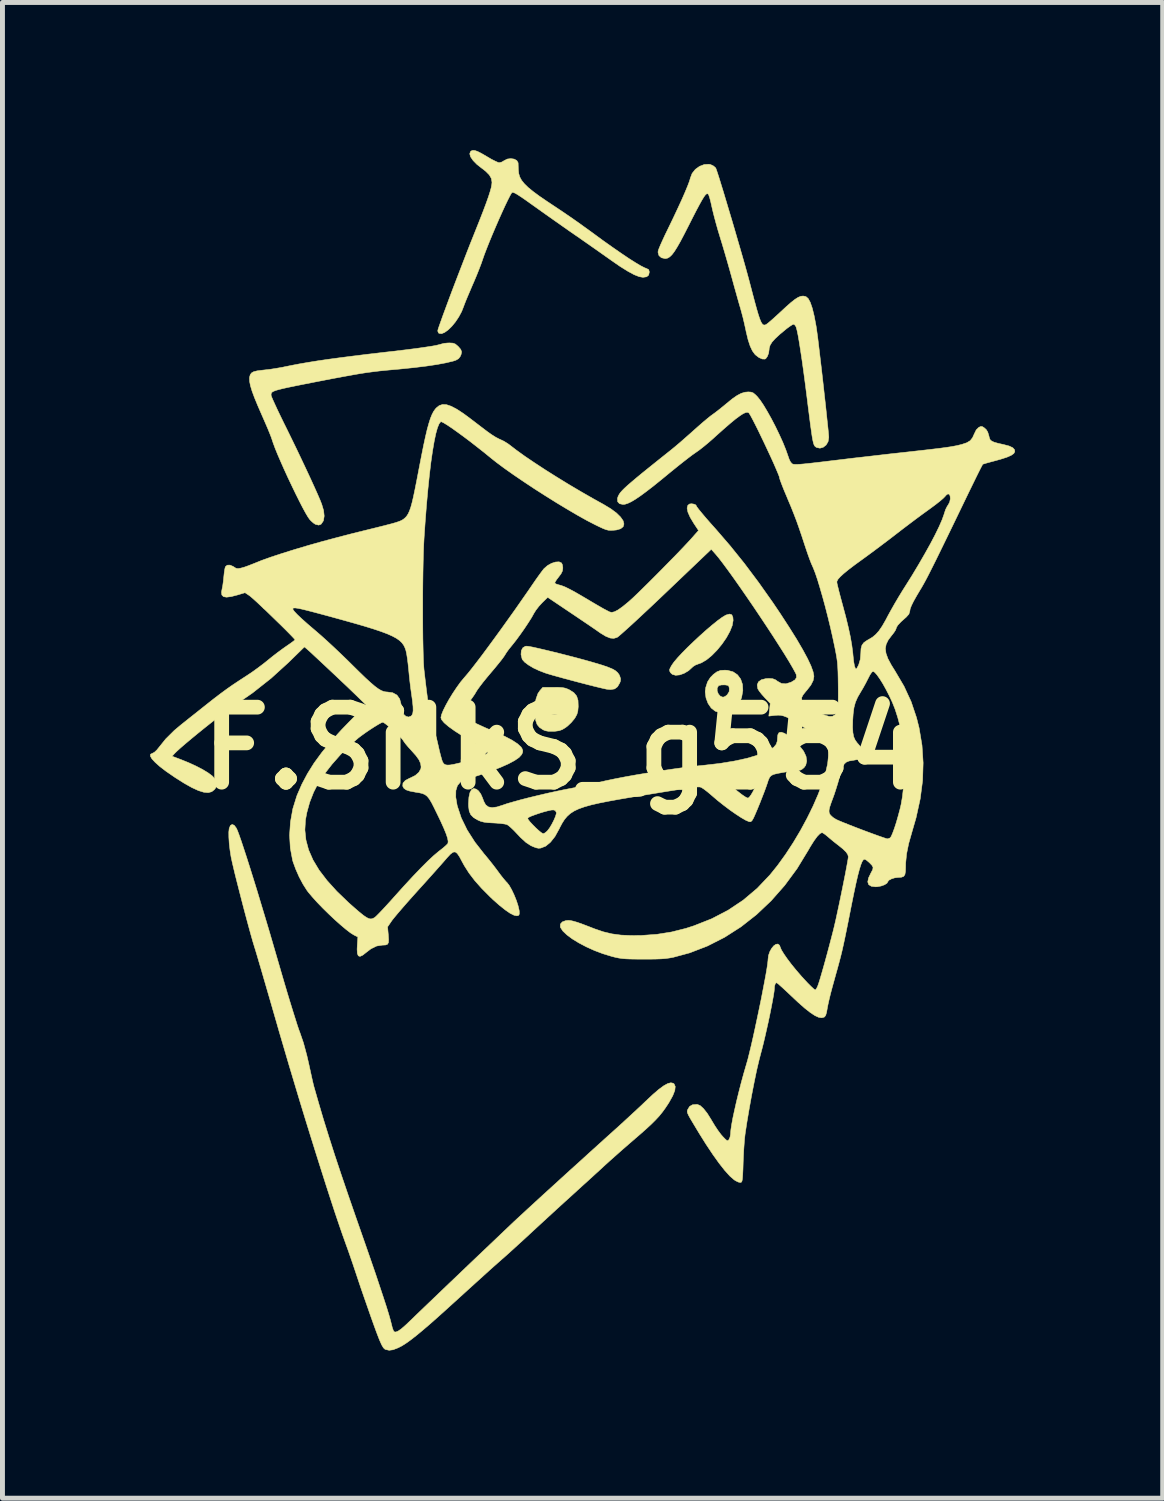
<source format=kicad_pcb>
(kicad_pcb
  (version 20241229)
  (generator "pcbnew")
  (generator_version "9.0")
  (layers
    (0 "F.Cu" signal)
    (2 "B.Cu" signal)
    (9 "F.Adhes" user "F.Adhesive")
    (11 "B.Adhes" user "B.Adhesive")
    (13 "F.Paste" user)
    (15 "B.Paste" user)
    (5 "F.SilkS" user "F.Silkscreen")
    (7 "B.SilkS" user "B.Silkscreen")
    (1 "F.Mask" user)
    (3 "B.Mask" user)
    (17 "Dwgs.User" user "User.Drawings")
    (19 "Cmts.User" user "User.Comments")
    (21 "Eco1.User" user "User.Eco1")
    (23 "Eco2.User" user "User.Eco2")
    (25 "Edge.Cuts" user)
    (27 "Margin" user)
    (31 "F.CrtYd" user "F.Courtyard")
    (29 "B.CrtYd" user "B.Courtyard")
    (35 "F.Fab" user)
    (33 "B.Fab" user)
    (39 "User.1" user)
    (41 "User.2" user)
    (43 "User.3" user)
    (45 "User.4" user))
  (footprint "F.SilkS_g554"
    (layer "F.Cu")
    (at 8.384 12.151)
    (property "Reference" "F.SilkS_g554" (at 0 0 0) (layer "F.SilkS") (effects (font (size 1.524 1.524) (thickness 0.3))))
    (attr through_hole)
    (fp_poly (pts (xy 3.433 -2.711) (xy 3.455 -2.66) (xy 3.46 -2.598) (xy 3.442 -2.494) (xy 3.394 -2.374) (xy 3.323 -2.245) (xy 3.234 -2.116) (xy 3.133 -1.993) (xy 3.025 -1.883) (xy 2.917 -1.795) (xy 2.815 -1.735) (xy 2.765 -1.717) (xy 2.698 -1.692) (xy 2.644 -1.658) (xy 2.634 -1.648) (xy 2.554 -1.575) (xy 2.464 -1.522) (xy 2.374 -1.49) (xy 2.292 -1.482) (xy 2.225 -1.501) (xy 2.189 -1.534) (xy 2.171 -1.567) (xy 2.168 -1.597) (xy 2.185 -1.636) (xy 2.213 -1.686) (xy 2.26 -1.753) (xy 2.335 -1.841) (xy 2.43 -1.943) (xy 2.541 -2.055) (xy 2.663 -2.172) (xy 2.789 -2.289) (xy 2.915 -2.402) (xy 3.035 -2.504) (xy 3.144 -2.592) (xy 3.236 -2.659) (xy 3.307 -2.702) (xy 3.321 -2.708) (xy 3.389 -2.726) (xy 3.433 -2.711)) (stroke (width 0.01) (type solid)) (fill yes) (layer "F.SilkS"))
    (fp_poly (pts (xy 3.345 -1.583) (xy 3.458 -1.553) (xy 3.548 -1.492) (xy 3.613 -1.405) (xy 3.65 -1.297) (xy 3.657 -1.172) (xy 3.633 -1.036) (xy 3.602 -0.95) (xy 3.536 -0.842) (xy 3.445 -0.769) (xy 3.331 -0.731) (xy 3.284 -0.725) (xy 3.17 -0.73) (xy 3.097 -0.753) (xy 3.015 -0.817) (xy 2.951 -0.91) (xy 2.909 -1.021) (xy 2.893 -1.14) (xy 2.902 -1.222) (xy 3.136 -1.222) (xy 3.136 -1.163) (xy 3.16 -1.103) (xy 3.2 -1.057) (xy 3.253 -1.037) (xy 3.256 -1.037) (xy 3.297 -1.052) (xy 3.341 -1.087) (xy 3.342 -1.088) (xy 3.379 -1.149) (xy 3.383 -1.209) (xy 3.375 -1.254) (xy 3.356 -1.276) (xy 3.312 -1.285) (xy 3.285 -1.287) (xy 3.221 -1.286) (xy 3.172 -1.274) (xy 3.163 -1.269) (xy 3.136 -1.222) (xy 2.902 -1.222) (xy 2.903 -1.231) (xy 2.94 -1.347) (xy 2.998 -1.438) (xy 3.058 -1.499) (xy 3.131 -1.553) (xy 3.204 -1.581) (xy 3.293 -1.586) (xy 3.345 -1.583)) (stroke (width 0.01) (type solid)) (fill yes) (layer "F.SilkS"))
    (fp_poly (pts (xy -0.69 -2.069) (xy -0.61 -2.054) (xy -0.502 -2.03) (xy -0.369 -1.999) (xy -0.219 -1.963) (xy -0.057 -1.923) (xy 0.111 -1.88) (xy 0.28 -1.836) (xy 0.443 -1.792) (xy 0.595 -1.749) (xy 0.629 -1.739) (xy 0.787 -1.692) (xy 0.908 -1.651) (xy 1 -1.614) (xy 1.065 -1.578) (xy 1.111 -1.539) (xy 1.143 -1.496) (xy 1.156 -1.468) (xy 1.174 -1.411) (xy 1.17 -1.363) (xy 1.156 -1.326) (xy 1.111 -1.249) (xy 1.052 -1.205) (xy 0.97 -1.192) (xy 0.889 -1.2) (xy 0.833 -1.212) (xy 0.744 -1.233) (xy 0.629 -1.261) (xy 0.495 -1.295) (xy 0.349 -1.333) (xy 0.198 -1.373) (xy 0.051 -1.412) (xy -0.086 -1.45) (xy -0.205 -1.483) (xy -0.3 -1.511) (xy -0.354 -1.528) (xy -0.48 -1.576) (xy -0.597 -1.631) (xy -0.698 -1.691) (xy -0.775 -1.749) (xy -0.821 -1.801) (xy -0.827 -1.814) (xy -0.849 -1.905) (xy -0.843 -1.983) (xy -0.812 -2.041) (xy -0.76 -2.072) (xy -0.735 -2.074) (xy -0.69 -2.069)) (stroke (width 0.01) (type solid)) (fill yes) (layer "F.SilkS"))
    (fp_poly (pts (xy -0.082 -1.237) (xy -0.008 -1.232) (xy 0.049 -1.221) (xy 0.1 -1.202) (xy 0.138 -1.184) (xy 0.225 -1.128) (xy 0.281 -1.06) (xy 0.309 -0.971) (xy 0.313 -0.854) (xy 0.313 -0.843) (xy 0.305 -0.756) (xy 0.287 -0.69) (xy 0.253 -0.626) (xy 0.234 -0.598) (xy 0.173 -0.524) (xy 0.097 -0.452) (xy 0.058 -0.422) (xy -0.01 -0.38) (xy -0.073 -0.357) (xy -0.15 -0.346) (xy -0.187 -0.343) (xy -0.285 -0.343) (xy -0.356 -0.356) (xy -0.401 -0.375) (xy -0.473 -0.423) (xy -0.522 -0.482) (xy -0.551 -0.563) (xy -0.566 -0.674) (xy -0.567 -0.693) (xy -0.567 -0.806) (xy -0.332 -0.806) (xy -0.322 -0.754) (xy -0.281 -0.712) (xy -0.259 -0.702) (xy -0.188 -0.686) (xy -0.104 -0.68) (xy -0.023 -0.684) (xy 0.039 -0.699) (xy 0.054 -0.707) (xy 0.081 -0.73) (xy 0.08 -0.751) (xy 0.053 -0.784) (xy -0.013 -0.837) (xy -0.095 -0.882) (xy -0.177 -0.907) (xy -0.208 -0.91) (xy -0.272 -0.895) (xy -0.315 -0.856) (xy -0.332 -0.806) (xy -0.567 -0.806) (xy -0.566 -0.859) (xy -0.545 -1.001) (xy -0.505 -1.113) (xy -0.465 -1.171) (xy -0.406 -1.238) (xy -0.187 -1.238) (xy -0.082 -1.237)) (stroke (width 0.01) (type solid)) (fill yes) (layer "F.SilkS"))
    (fp_poly (pts (xy -2.233 -8.23) (xy -2.184 -8.212) (xy -2.135 -8.171) (xy -2.125 -8.162) (xy -2.074 -8.103) (xy -2.056 -8.052) (xy -2.068 -7.995) (xy -2.085 -7.958) (xy -2.118 -7.915) (xy -2.171 -7.884) (xy -2.228 -7.865) (xy -2.375 -7.83) (xy -2.556 -7.796) (xy -2.771 -7.764) (xy -3.024 -7.733) (xy -3.316 -7.703) (xy -3.429 -7.693) (xy -3.583 -7.679) (xy -3.722 -7.665) (xy -3.852 -7.649) (xy -3.982 -7.632) (xy -4.118 -7.611) (xy -4.268 -7.585) (xy -4.439 -7.554) (xy -4.638 -7.517) (xy -4.826 -7.481) (xy -5.068 -7.434) (xy -5.271 -7.394) (xy -5.44 -7.36) (xy -5.576 -7.332) (xy -5.685 -7.308) (xy -5.768 -7.287) (xy -5.83 -7.27) (xy -5.873 -7.253) (xy -5.901 -7.238) (xy -5.917 -7.222) (xy -5.924 -7.205) (xy -5.927 -7.186) (xy -5.927 -7.173) (xy -5.918 -7.143) (xy -5.892 -7.081) (xy -5.851 -6.991) (xy -5.799 -6.878) (xy -5.736 -6.747) (xy -5.666 -6.603) (xy -5.631 -6.533) (xy -5.526 -6.319) (xy -5.421 -6.103) (xy -5.319 -5.889) (xy -5.222 -5.684) (xy -5.132 -5.491) (xy -5.052 -5.316) (xy -4.984 -5.164) (xy -4.931 -5.041) (xy -4.898 -4.957) (xy -4.86 -4.83) (xy -4.848 -4.718) (xy -4.862 -4.628) (xy -4.872 -4.608) (xy -4.912 -4.551) (xy -4.959 -4.533) (xy -5.025 -4.549) (xy -5.028 -4.55) (xy -5.067 -4.576) (xy -5.118 -4.622) (xy -5.143 -4.649) (xy -5.178 -4.699) (xy -5.227 -4.782) (xy -5.287 -4.892) (xy -5.355 -5.025) (xy -5.429 -5.173) (xy -5.506 -5.333) (xy -5.584 -5.497) (xy -5.659 -5.661) (xy -5.729 -5.819) (xy -5.792 -5.964) (xy -5.844 -6.092) (xy -5.883 -6.197) (xy -5.906 -6.266) (xy -5.922 -6.314) (xy -5.953 -6.393) (xy -5.995 -6.496) (xy -6.046 -6.614) (xy -6.101 -6.74) (xy -6.108 -6.756) (xy -6.195 -6.955) (xy -6.263 -7.12) (xy -6.313 -7.255) (xy -6.346 -7.364) (xy -6.363 -7.451) (xy -6.366 -7.518) (xy -6.363 -7.542) (xy -6.349 -7.591) (xy -6.323 -7.625) (xy -6.279 -7.65) (xy -6.21 -7.667) (xy -6.107 -7.68) (xy -6.064 -7.685) (xy -5.948 -7.698) (xy -5.815 -7.719) (xy -5.689 -7.741) (xy -5.658 -7.748) (xy -5.505 -7.779) (xy -5.342 -7.81) (xy -5.167 -7.84) (xy -4.975 -7.871) (xy -4.762 -7.902) (xy -4.525 -7.934) (xy -4.259 -7.968) (xy -3.96 -8.005) (xy -3.625 -8.044) (xy -3.45 -8.064) (xy -3.189 -8.095) (xy -2.968 -8.123) (xy -2.788 -8.149) (xy -2.646 -8.171) (xy -2.541 -8.192) (xy -2.472 -8.21) (xy -2.464 -8.213) (xy -2.411 -8.226) (xy -2.337 -8.233) (xy -2.304 -8.234) (xy -2.233 -8.23)) (stroke (width 0.01) (type solid)) (fill yes) (layer "F.SilkS"))
    (fp_poly (pts (xy -1.786 -12.143) (xy -1.729 -12.123) (xy -1.649 -12.082) (xy -1.542 -12.02) (xy -1.531 -12.013) (xy -1.447 -11.964) (xy -1.371 -11.926) (xy -1.315 -11.901) (xy -1.291 -11.896) (xy -1.242 -11.908) (xy -1.191 -11.938) (xy -1.128 -11.97) (xy -1.056 -11.979) (xy -0.988 -11.969) (xy -0.935 -11.94) (xy -0.909 -11.895) (xy -0.908 -11.889) (xy -0.907 -11.855) (xy -0.905 -11.794) (xy -0.903 -11.746) (xy -0.895 -11.675) (xy -0.875 -11.607) (xy -0.839 -11.54) (xy -0.783 -11.47) (xy -0.706 -11.394) (xy -0.603 -11.31) (xy -0.472 -11.213) (xy -0.309 -11.102) (xy -0.148 -10.995) (xy -0.019 -10.909) (xy 0.132 -10.806) (xy 0.293 -10.694) (xy 0.449 -10.582) (xy 0.59 -10.48) (xy 0.593 -10.478) (xy 0.804 -10.323) (xy 1.001 -10.183) (xy 1.18 -10.059) (xy 1.338 -9.952) (xy 1.474 -9.866) (xy 1.583 -9.801) (xy 1.664 -9.76) (xy 1.703 -9.745) (xy 1.745 -9.723) (xy 1.757 -9.677) (xy 1.757 -9.675) (xy 1.744 -9.613) (xy 1.703 -9.578) (xy 1.629 -9.567) (xy 1.628 -9.567) (xy 1.55 -9.581) (xy 1.447 -9.622) (xy 1.318 -9.692) (xy 1.161 -9.79) (xy 0.976 -9.918) (xy 0.974 -9.92) (xy 0.867 -9.995) (xy 0.736 -10.088) (xy 0.592 -10.189) (xy 0.443 -10.293) (xy 0.302 -10.392) (xy 0.275 -10.41) (xy 0.129 -10.511) (xy -0.033 -10.625) (xy -0.198 -10.741) (xy -0.354 -10.851) (xy -0.489 -10.947) (xy -0.497 -10.953) (xy -0.645 -11.058) (xy -0.761 -11.141) (xy -0.852 -11.203) (xy -0.919 -11.247) (xy -0.967 -11.275) (xy -1 -11.289) (xy -1.021 -11.292) (xy -1.035 -11.287) (xy -1.041 -11.28) (xy -1.072 -11.227) (xy -1.116 -11.141) (xy -1.17 -11.029) (xy -1.231 -10.896) (xy -1.297 -10.749) (xy -1.364 -10.595) (xy -1.43 -10.44) (xy -1.492 -10.29) (xy -1.547 -10.152) (xy -1.593 -10.032) (xy -1.626 -9.938) (xy -1.656 -9.851) (xy -1.699 -9.738) (xy -1.75 -9.61) (xy -1.805 -9.479) (xy -1.836 -9.409) (xy -1.886 -9.291) (xy -1.933 -9.181) (xy -1.972 -9.087) (xy -2 -9.016) (xy -2.011 -8.985) (xy -2.055 -8.873) (xy -2.114 -8.763) (xy -2.182 -8.661) (xy -2.256 -8.571) (xy -2.331 -8.498) (xy -2.402 -8.447) (xy -2.464 -8.422) (xy -2.514 -8.429) (xy -2.526 -8.438) (xy -2.539 -8.47) (xy -2.54 -8.485) (xy -2.533 -8.515) (xy -2.511 -8.58) (xy -2.477 -8.676) (xy -2.433 -8.799) (xy -2.379 -8.945) (xy -2.318 -9.11) (xy -2.251 -9.289) (xy -2.179 -9.478) (xy -2.104 -9.673) (xy -2.028 -9.87) (xy -1.953 -10.064) (xy -1.879 -10.253) (xy -1.808 -10.43) (xy -1.785 -10.488) (xy -1.694 -10.716) (xy -1.619 -10.908) (xy -1.559 -11.068) (xy -1.512 -11.2) (xy -1.478 -11.306) (xy -1.455 -11.389) (xy -1.443 -11.454) (xy -1.439 -11.499) (xy -1.452 -11.576) (xy -1.494 -11.649) (xy -1.569 -11.724) (xy -1.639 -11.778) (xy -1.745 -11.861) (xy -1.823 -11.941) (xy -1.873 -12.014) (xy -1.891 -12.076) (xy -1.875 -12.122) (xy -1.861 -12.134) (xy -1.828 -12.146) (xy -1.786 -12.143)) (stroke (width 0.01) (type solid)) (fill yes) (layer "F.SilkS"))
    (fp_poly (pts (xy 3.003 -11.857) (xy 3.063 -11.828) (xy 3.105 -11.79) (xy 3.108 -11.785) (xy 3.121 -11.75) (xy 3.145 -11.679) (xy 3.178 -11.576) (xy 3.218 -11.446) (xy 3.265 -11.294) (xy 3.316 -11.123) (xy 3.371 -10.939) (xy 3.429 -10.746) (xy 3.487 -10.549) (xy 3.544 -10.352) (xy 3.6 -10.16) (xy 3.653 -9.976) (xy 3.701 -9.807) (xy 3.743 -9.655) (xy 3.778 -9.527) (xy 3.798 -9.451) (xy 3.854 -9.237) (xy 3.901 -9.06) (xy 3.94 -8.918) (xy 3.973 -8.806) (xy 4.001 -8.723) (xy 4.026 -8.663) (xy 4.048 -8.625) (xy 4.069 -8.604) (xy 4.09 -8.597) (xy 4.113 -8.601) (xy 4.128 -8.607) (xy 4.157 -8.627) (xy 4.211 -8.672) (xy 4.282 -8.734) (xy 4.364 -8.809) (xy 4.41 -8.851) (xy 4.535 -8.967) (xy 4.636 -9.056) (xy 4.716 -9.119) (xy 4.781 -9.16) (xy 4.835 -9.182) (xy 4.883 -9.187) (xy 4.929 -9.178) (xy 4.942 -9.173) (xy 4.985 -9.136) (xy 5.027 -9.059) (xy 5.068 -8.94) (xy 5.107 -8.781) (xy 5.145 -8.58) (xy 5.153 -8.53) (xy 5.162 -8.463) (xy 5.176 -8.363) (xy 5.192 -8.234) (xy 5.21 -8.081) (xy 5.23 -7.911) (xy 5.252 -7.727) (xy 5.274 -7.535) (xy 5.296 -7.341) (xy 5.317 -7.149) (xy 5.338 -6.965) (xy 5.356 -6.793) (xy 5.372 -6.64) (xy 5.386 -6.509) (xy 5.396 -6.407) (xy 5.402 -6.338) (xy 5.403 -6.313) (xy 5.389 -6.229) (xy 5.349 -6.161) (xy 5.291 -6.115) (xy 5.224 -6.096) (xy 5.156 -6.11) (xy 5.136 -6.123) (xy 5.122 -6.135) (xy 5.11 -6.152) (xy 5.099 -6.177) (xy 5.088 -6.215) (xy 5.076 -6.269) (xy 5.063 -6.344) (xy 5.049 -6.443) (xy 5.031 -6.569) (xy 5.011 -6.727) (xy 4.986 -6.92) (xy 4.965 -7.091) (xy 4.928 -7.381) (xy 4.893 -7.644) (xy 4.86 -7.88) (xy 4.829 -8.085) (xy 4.802 -8.257) (xy 4.778 -8.394) (xy 4.757 -8.494) (xy 4.74 -8.555) (xy 4.737 -8.564) (xy 4.71 -8.602) (xy 4.687 -8.615) (xy 4.659 -8.602) (xy 4.608 -8.569) (xy 4.545 -8.523) (xy 4.537 -8.516) (xy 4.41 -8.411) (xy 4.316 -8.324) (xy 4.25 -8.251) (xy 4.211 -8.187) (xy 4.193 -8.127) (xy 4.191 -8.1) (xy 4.181 -8.027) (xy 4.156 -7.961) (xy 4.123 -7.915) (xy 4.106 -7.906) (xy 4.052 -7.908) (xy 3.985 -7.937) (xy 3.918 -7.988) (xy 3.901 -8.005) (xy 3.851 -8.074) (xy 3.806 -8.17) (xy 3.764 -8.298) (xy 3.724 -8.464) (xy 3.717 -8.5) (xy 3.69 -8.622) (xy 3.66 -8.75) (xy 3.629 -8.866) (xy 3.611 -8.932) (xy 3.588 -9.009) (xy 3.557 -9.118) (xy 3.521 -9.247) (xy 3.481 -9.389) (xy 3.442 -9.532) (xy 3.438 -9.546) (xy 3.392 -9.712) (xy 3.339 -9.898) (xy 3.284 -10.087) (xy 3.231 -10.265) (xy 3.195 -10.382) (xy 3.152 -10.524) (xy 3.111 -10.67) (xy 3.074 -10.808) (xy 3.044 -10.928) (xy 3.026 -11.007) (xy 3.005 -11.101) (xy 2.984 -11.181) (xy 2.965 -11.237) (xy 2.954 -11.257) (xy 2.938 -11.266) (xy 2.919 -11.262) (xy 2.895 -11.24) (xy 2.864 -11.198) (xy 2.824 -11.132) (xy 2.773 -11.04) (xy 2.708 -10.918) (xy 2.629 -10.764) (xy 2.561 -10.629) (xy 2.467 -10.445) (xy 2.388 -10.295) (xy 2.321 -10.178) (xy 2.265 -10.089) (xy 2.216 -10.025) (xy 2.172 -9.983) (xy 2.131 -9.958) (xy 2.09 -9.949) (xy 2.078 -9.948) (xy 2.003 -9.965) (xy 1.953 -10.009) (xy 1.934 -10.074) (xy 1.937 -10.103) (xy 1.95 -10.142) (xy 1.979 -10.213) (xy 2.021 -10.307) (xy 2.072 -10.418) (xy 2.131 -10.539) (xy 2.142 -10.562) (xy 2.245 -10.775) (xy 2.337 -10.971) (xy 2.418 -11.147) (xy 2.485 -11.3) (xy 2.537 -11.426) (xy 2.573 -11.521) (xy 2.591 -11.583) (xy 2.591 -11.584) (xy 2.627 -11.678) (xy 2.692 -11.76) (xy 2.778 -11.822) (xy 2.874 -11.859) (xy 2.97 -11.864) (xy 3.003 -11.857)) (stroke (width 0.01) (type solid)) (fill yes) (layer "F.SilkS"))
    (fp_poly (pts (xy 4.5 -0.305) (xy 4.571 -0.261) (xy 4.656 -0.193) (xy 4.744 -0.111) (xy 4.825 -0.026) (xy 4.886 0.052) (xy 4.893 0.062) (xy 4.941 0.164) (xy 4.955 0.26) (xy 4.935 0.345) (xy 4.901 0.393) (xy 4.858 0.428) (xy 4.824 0.445) (xy 4.822 0.445) (xy 4.761 0.449) (xy 4.676 0.46) (xy 4.576 0.474) (xy 4.474 0.491) (xy 4.382 0.508) (xy 4.31 0.524) (xy 4.273 0.535) (xy 4.229 0.559) (xy 4.2 0.593) (xy 4.174 0.651) (xy 4.162 0.69) (xy 4.135 0.769) (xy 4.097 0.874) (xy 4.051 0.992) (xy 4.003 1.115) (xy 3.955 1.232) (xy 3.912 1.333) (xy 3.879 1.407) (xy 3.872 1.422) (xy 3.841 1.474) (xy 3.814 1.494) (xy 3.783 1.491) (xy 3.717 1.463) (xy 3.625 1.41) (xy 3.516 1.339) (xy 3.394 1.254) (xy 3.267 1.158) (xy 3.141 1.058) (xy 3.022 0.956) (xy 3.006 0.942) (xy 2.933 0.881) (xy 2.866 0.83) (xy 2.815 0.797) (xy 2.797 0.79) (xy 2.781 0.787) (xy 2.759 0.786) (xy 2.727 0.787) (xy 2.684 0.791) (xy 2.625 0.798) (xy 2.547 0.809) (xy 2.447 0.824) (xy 2.322 0.844) (xy 2.168 0.868) (xy 1.983 0.898) (xy 1.764 0.934) (xy 1.506 0.976) (xy 1.45 0.985) (xy 1.179 1.031) (xy 0.946 1.073) (xy 0.748 1.112) (xy 0.581 1.15) (xy 0.442 1.189) (xy 0.326 1.23) (xy 0.232 1.274) (xy 0.154 1.324) (xy 0.09 1.381) (xy 0.035 1.446) (xy -0.013 1.521) (xy -0.059 1.607) (xy -0.076 1.642) (xy -0.16 1.794) (xy -0.252 1.91) (xy -0.348 1.989) (xy -0.448 2.028) (xy -0.493 2.032) (xy -0.539 2.023) (xy -0.604 1.999) (xy -0.652 1.977) (xy -0.747 1.915) (xy -0.858 1.814) (xy -0.921 1.747) (xy -0.991 1.673) (xy -1.057 1.61) (xy -1.11 1.566) (xy -1.138 1.549) (xy -1.184 1.539) (xy -1.259 1.529) (xy -1.353 1.521) (xy -1.411 1.518) (xy -1.522 1.512) (xy -1.604 1.501) (xy -1.669 1.484) (xy -1.727 1.459) (xy -1.788 1.422) (xy -0.715 1.422) (xy -0.703 1.449) (xy -0.667 1.495) (xy -0.614 1.552) (xy -0.554 1.613) (xy -0.493 1.669) (xy -0.441 1.712) (xy -0.404 1.734) (xy -0.398 1.736) (xy -0.364 1.721) (xy -0.321 1.686) (xy -0.313 1.677) (xy -0.27 1.622) (xy -0.225 1.547) (xy -0.183 1.465) (xy -0.15 1.388) (xy -0.132 1.328) (xy -0.131 1.305) (xy -0.154 1.265) (xy -0.191 1.253) (xy -0.236 1.256) (xy -0.305 1.271) (xy -0.391 1.294) (xy -0.482 1.322) (xy -0.569 1.352) (xy -0.644 1.38) (xy -0.696 1.405) (xy -0.715 1.422) (xy -1.788 1.422) (xy -1.814 1.407) (xy -1.87 1.35) (xy -1.902 1.277) (xy -1.915 1.178) (xy -1.916 1.126) (xy -1.908 0.997) (xy -1.887 0.901) (xy -1.854 0.841) (xy -1.809 0.817) (xy -1.756 0.832) (xy -1.713 0.866) (xy -1.668 0.927) (xy -1.635 1) (xy -1.631 1.01) (xy -1.605 1.08) (xy -1.571 1.143) (xy -1.565 1.151) (xy -1.512 1.192) (xy -1.438 1.206) (xy -1.338 1.193) (xy -1.215 1.154) (xy -1.128 1.124) (xy -1.006 1.089) (xy -0.859 1.048) (xy -0.692 1.005) (xy -0.514 0.962) (xy -0.332 0.919) (xy -0.155 0.88) (xy 0.012 0.845) (xy 0.125 0.823) (xy 0.265 0.796) (xy 0.412 0.766) (xy 0.553 0.736) (xy 0.671 0.708) (xy 0.694 0.703) (xy 3.348 0.703) (xy 3.415 0.761) (xy 3.539 0.865) (xy 3.638 0.942) (xy 3.711 0.991) (xy 3.756 1.012) (xy 3.765 1.012) (xy 3.791 0.991) (xy 3.827 0.942) (xy 3.866 0.875) (xy 3.868 0.87) (xy 3.913 0.772) (xy 3.933 0.7) (xy 3.928 0.649) (xy 3.899 0.611) (xy 3.89 0.604) (xy 3.851 0.583) (xy 3.807 0.574) (xy 3.749 0.579) (xy 3.669 0.598) (xy 3.56 0.632) (xy 3.546 0.637) (xy 3.348 0.703) (xy 0.694 0.703) (xy 0.708 0.699) (xy 0.864 0.662) (xy 1.055 0.622) (xy 1.272 0.58) (xy 1.507 0.538) (xy 1.754 0.497) (xy 2.003 0.457) (xy 2.248 0.421) (xy 2.48 0.389) (xy 2.692 0.364) (xy 2.825 0.35) (xy 3.171 0.311) (xy 3.476 0.262) (xy 3.739 0.205) (xy 3.962 0.139) (xy 4.102 0.084) (xy 4.214 0.027) (xy 4.29 -0.025) (xy 4.336 -0.081) (xy 4.357 -0.145) (xy 4.36 -0.192) (xy 4.368 -0.273) (xy 4.392 -0.317) (xy 4.436 -0.326) (xy 4.5 -0.305)) (stroke (width 0.01) (type solid)) (fill yes) (layer "F.SilkS"))
    (fp_poly (pts (xy -6.675 1.566) (xy -6.632 1.624) (xy -6.609 1.674) (xy -6.576 1.762) (xy -6.533 1.885) (xy -6.482 2.039) (xy -6.422 2.222) (xy -6.356 2.43) (xy -6.284 2.66) (xy -6.207 2.909) (xy -6.127 3.175) (xy -6.043 3.453) (xy -5.957 3.741) (xy -5.871 4.036) (xy -5.79 4.314) (xy -5.724 4.541) (xy -5.659 4.763) (xy -5.596 4.975) (xy -5.536 5.173) (xy -5.481 5.351) (xy -5.432 5.506) (xy -5.392 5.633) (xy -5.36 5.727) (xy -5.342 5.774) (xy -5.269 5.986) (xy -5.201 6.238) (xy -5.163 6.403) (xy -5.135 6.531) (xy -5.109 6.65) (xy -5.086 6.753) (xy -5.068 6.83) (xy -5.058 6.869) (xy -4.965 7.194) (xy -4.865 7.533) (xy -4.755 7.887) (xy -4.635 8.262) (xy -4.502 8.662) (xy -4.356 9.091) (xy -4.196 9.553) (xy -4.128 9.747) (xy -4.01 10.085) (xy -3.902 10.396) (xy -3.804 10.68) (xy -3.719 10.935) (xy -3.645 11.158) (xy -3.583 11.348) (xy -3.535 11.504) (xy -3.501 11.624) (xy -3.481 11.703) (xy -3.463 11.775) (xy -3.442 11.831) (xy -3.426 11.855) (xy -3.393 11.86) (xy -3.346 11.841) (xy -3.281 11.796) (xy -3.196 11.722) (xy -3.097 11.628) (xy -3.048 11.581) (xy -2.972 11.507) (xy -2.872 11.411) (xy -2.752 11.296) (xy -2.614 11.164) (xy -2.464 11.02) (xy -2.304 10.867) (xy -2.137 10.708) (xy -1.967 10.545) (xy -1.798 10.384) (xy -1.632 10.226) (xy -1.474 10.076) (xy -1.327 9.936) (xy -1.194 9.809) (xy -1.079 9.7) (xy -0.994 9.619) (xy -0.923 9.553) (xy -0.824 9.462) (xy -0.701 9.348) (xy -0.557 9.216) (xy -0.397 9.069) (xy -0.223 8.911) (xy -0.039 8.743) (xy 0.151 8.57) (xy 0.344 8.396) (xy 0.535 8.222) (xy 0.722 8.053) (xy 0.9 7.892) (xy 1.019 7.785) (xy 1.149 7.668) (xy 1.284 7.544) (xy 1.416 7.422) (xy 1.538 7.309) (xy 1.641 7.212) (xy 1.686 7.169) (xy 1.831 7.033) (xy 1.952 6.929) (xy 2.052 6.856) (xy 2.132 6.812) (xy 2.195 6.796) (xy 2.242 6.806) (xy 2.261 6.82) (xy 2.284 6.873) (xy 2.275 6.953) (xy 2.233 7.06) (xy 2.159 7.193) (xy 2.144 7.217) (xy 2.083 7.309) (xy 2.022 7.393) (xy 1.957 7.473) (xy 1.88 7.556) (xy 1.789 7.646) (xy 1.677 7.749) (xy 1.539 7.87) (xy 1.471 7.928) (xy 1.343 8.039) (xy 1.212 8.153) (xy 1.087 8.264) (xy 0.973 8.365) (xy 0.88 8.449) (xy 0.836 8.489) (xy 0.762 8.558) (xy 0.663 8.648) (xy 0.546 8.755) (xy 0.419 8.87) (xy 0.288 8.989) (xy 0.18 9.088) (xy 0.036 9.218) (xy -0.123 9.363) (xy -0.287 9.514) (xy -0.446 9.66) (xy -0.589 9.792) (xy -0.656 9.854) (xy -0.776 9.965) (xy -0.899 10.077) (xy -1.016 10.184) (xy -1.12 10.278) (xy -1.204 10.353) (xy -1.238 10.382) (xy -1.3 10.437) (xy -1.388 10.515) (xy -1.497 10.612) (xy -1.62 10.724) (xy -1.754 10.845) (xy -1.892 10.97) (xy -1.981 11.051) (xy -2.207 11.256) (xy -2.404 11.435) (xy -2.576 11.589) (xy -2.725 11.72) (xy -2.854 11.83) (xy -2.965 11.922) (xy -3.06 11.997) (xy -3.142 12.058) (xy -3.214 12.107) (xy -3.278 12.146) (xy -3.337 12.176) (xy -3.347 12.181) (xy -3.448 12.22) (xy -3.528 12.231) (xy -3.6 12.215) (xy -3.614 12.209) (xy -3.645 12.18) (xy -3.681 12.119) (xy -3.724 12.022) (xy -3.744 11.972) (xy -3.786 11.862) (xy -3.838 11.72) (xy -3.898 11.552) (xy -3.963 11.366) (xy -4.031 11.171) (xy -4.1 10.972) (xy -4.165 10.778) (xy -4.223 10.604) (xy -4.268 10.47) (xy -4.318 10.325) (xy -4.367 10.184) (xy -4.41 10.066) (xy -4.414 10.054) (xy -4.475 9.884) (xy -4.546 9.678) (xy -4.627 9.439) (xy -4.715 9.17) (xy -4.81 8.877) (xy -4.91 8.562) (xy -5.015 8.23) (xy -5.123 7.884) (xy -5.233 7.529) (xy -5.343 7.169) (xy -5.452 6.806) (xy -5.56 6.446) (xy -5.664 6.092) (xy -5.765 5.748) (xy -5.813 5.58) (xy -5.881 5.345) (xy -5.947 5.116) (xy -6.011 4.896) (xy -6.071 4.69) (xy -6.125 4.503) (xy -6.174 4.338) (xy -6.214 4.201) (xy -6.246 4.095) (xy -6.268 4.025) (xy -6.268 4.024) (xy -6.297 3.929) (xy -6.333 3.802) (xy -6.375 3.65) (xy -6.421 3.48) (xy -6.47 3.297) (xy -6.519 3.109) (xy -6.567 2.922) (xy -6.613 2.742) (xy -6.655 2.576) (xy -6.69 2.43) (xy -6.718 2.31) (xy -6.736 2.224) (xy -6.739 2.212) (xy -6.761 2.072) (xy -6.777 1.935) (xy -6.785 1.808) (xy -6.786 1.704) (xy -6.778 1.63) (xy -6.778 1.63) (xy -6.753 1.569) (xy -6.717 1.548) (xy -6.675 1.566)) (stroke (width 0.01) (type solid)) (fill yes) (layer "F.SilkS"))
    (fp_poly (pts (xy 3.824 -7.235) (xy 3.868 -7.219) (xy 3.914 -7.181) (xy 3.949 -7.146) (xy 4.008 -7.073) (xy 4.079 -6.968) (xy 4.157 -6.837) (xy 4.239 -6.69) (xy 4.321 -6.532) (xy 4.399 -6.37) (xy 4.47 -6.214) (xy 4.529 -6.068) (xy 4.566 -5.964) (xy 4.598 -5.872) (xy 4.627 -5.814) (xy 4.657 -5.781) (xy 4.671 -5.773) (xy 4.694 -5.768) (xy 4.736 -5.766) (xy 4.799 -5.768) (xy 4.887 -5.775) (xy 5.004 -5.787) (xy 5.154 -5.804) (xy 5.34 -5.826) (xy 5.446 -5.839) (xy 5.656 -5.864) (xy 5.895 -5.893) (xy 6.15 -5.922) (xy 6.409 -5.952) (xy 6.659 -5.981) (xy 6.888 -6.006) (xy 6.943 -6.012) (xy 7.176 -6.038) (xy 7.372 -6.06) (xy 7.534 -6.079) (xy 7.668 -6.095) (xy 7.777 -6.11) (xy 7.867 -6.123) (xy 7.941 -6.136) (xy 8.005 -6.148) (xy 8.062 -6.162) (xy 8.107 -6.173) (xy 8.208 -6.207) (xy 8.277 -6.249) (xy 8.324 -6.309) (xy 8.357 -6.382) (xy 8.399 -6.468) (xy 8.451 -6.519) (xy 8.493 -6.538) (xy 8.526 -6.533) (xy 8.565 -6.507) (xy 8.604 -6.471) (xy 8.632 -6.424) (xy 8.654 -6.355) (xy 8.666 -6.305) (xy 8.68 -6.27) (xy 8.71 -6.242) (xy 8.763 -6.217) (xy 8.845 -6.194) (xy 8.953 -6.17) (xy 9.067 -6.14) (xy 9.141 -6.105) (xy 9.178 -6.063) (xy 9.182 -6.025) (xy 9.162 -5.988) (xy 9.109 -5.951) (xy 9.023 -5.913) (xy 8.899 -5.873) (xy 8.784 -5.841) (xy 8.69 -5.816) (xy 8.61 -5.794) (xy 8.555 -5.777) (xy 8.533 -5.77) (xy 8.52 -5.749) (xy 8.491 -5.694) (xy 8.449 -5.611) (xy 8.395 -5.502) (xy 8.332 -5.373) (xy 8.261 -5.228) (xy 8.203 -5.108) (xy 8.059 -4.81) (xy 7.932 -4.547) (xy 7.821 -4.318) (xy 7.724 -4.119) (xy 7.64 -3.947) (xy 7.568 -3.8) (xy 7.506 -3.676) (xy 7.453 -3.571) (xy 7.408 -3.483) (xy 7.369 -3.409) (xy 7.335 -3.347) (xy 7.305 -3.294) (xy 7.278 -3.247) (xy 7.273 -3.24) (xy 7.188 -3.097) (xy 7.125 -2.985) (xy 7.082 -2.898) (xy 7.057 -2.833) (xy 7.049 -2.785) (xy 7.048 -2.781) (xy 7.031 -2.725) (xy 6.977 -2.664) (xy 6.971 -2.659) (xy 6.87 -2.569) (xy 6.805 -2.499) (xy 6.775 -2.449) (xy 6.773 -2.436) (xy 6.76 -2.402) (xy 6.726 -2.349) (xy 6.679 -2.289) (xy 6.611 -2.199) (xy 6.569 -2.113) (xy 6.553 -2.025) (xy 6.565 -1.93) (xy 6.604 -1.821) (xy 6.672 -1.693) (xy 6.75 -1.568) (xy 6.932 -1.259) (xy 7.076 -0.947) (xy 7.185 -0.623) (xy 7.238 -0.413) (xy 7.297 -0.059) (xy 7.32 0.296) (xy 7.309 0.656) (xy 7.261 1.026) (xy 7.177 1.41) (xy 7.092 1.704) (xy 7.026 1.937) (xy 6.984 2.144) (xy 6.965 2.334) (xy 6.964 2.401) (xy 6.961 2.501) (xy 6.95 2.566) (xy 6.925 2.603) (xy 6.88 2.62) (xy 6.812 2.625) (xy 6.805 2.625) (xy 6.742 2.633) (xy 6.678 2.653) (xy 6.628 2.679) (xy 6.604 2.707) (xy 6.604 2.71) (xy 6.585 2.742) (xy 6.535 2.774) (xy 6.466 2.799) (xy 6.389 2.813) (xy 6.356 2.815) (xy 6.268 2.804) (xy 6.214 2.771) (xy 6.195 2.715) (xy 6.211 2.635) (xy 6.261 2.531) (xy 6.264 2.526) (xy 6.296 2.465) (xy 6.303 2.421) (xy 6.281 2.379) (xy 6.23 2.326) (xy 6.221 2.318) (xy 6.169 2.274) (xy 6.137 2.256) (xy 6.115 2.26) (xy 6.102 2.271) (xy 6.079 2.306) (xy 6.054 2.369) (xy 6.025 2.462) (xy 5.992 2.587) (xy 5.955 2.747) (xy 5.913 2.944) (xy 5.865 3.18) (xy 5.841 3.302) (xy 5.798 3.52) (xy 5.761 3.703) (xy 5.729 3.859) (xy 5.7 3.994) (xy 5.673 4.115) (xy 5.645 4.229) (xy 5.615 4.344) (xy 5.582 4.466) (xy 5.544 4.601) (xy 5.514 4.71) (xy 5.476 4.847) (xy 5.44 4.982) (xy 5.41 5.106) (xy 5.387 5.209) (xy 5.374 5.276) (xy 5.358 5.367) (xy 5.341 5.424) (xy 5.319 5.456) (xy 5.308 5.463) (xy 5.259 5.476) (xy 5.197 5.466) (xy 5.121 5.431) (xy 5.027 5.369) (xy 4.914 5.28) (xy 4.779 5.161) (xy 4.645 5.035) (xy 4.554 4.949) (xy 4.473 4.874) (xy 4.407 4.815) (xy 4.362 4.776) (xy 4.341 4.763) (xy 4.317 4.782) (xy 4.301 4.835) (xy 4.297 4.897) (xy 4.292 4.945) (xy 4.279 5.029) (xy 4.259 5.139) (xy 4.234 5.27) (xy 4.205 5.415) (xy 4.173 5.567) (xy 4.139 5.719) (xy 4.106 5.864) (xy 4.075 5.995) (xy 4.047 6.106) (xy 4.034 6.154) (xy 3.988 6.33) (xy 3.938 6.542) (xy 3.888 6.783) (xy 3.837 7.044) (xy 3.787 7.32) (xy 3.739 7.604) (xy 3.703 7.842) (xy 3.694 7.92) (xy 3.685 8.029) (xy 3.676 8.158) (xy 3.669 8.298) (xy 3.664 8.414) (xy 3.66 8.554) (xy 3.655 8.657) (xy 3.65 8.729) (xy 3.644 8.776) (xy 3.636 8.803) (xy 3.626 8.816) (xy 3.611 8.822) (xy 3.608 8.822) (xy 3.566 8.814) (xy 3.509 8.786) (xy 3.48 8.767) (xy 3.393 8.691) (xy 3.291 8.578) (xy 3.175 8.431) (xy 3.047 8.252) (xy 2.908 8.043) (xy 2.777 7.834) (xy 2.695 7.698) (xy 2.632 7.593) (xy 2.586 7.515) (xy 2.555 7.459) (xy 2.537 7.419) (xy 2.529 7.391) (xy 2.528 7.371) (xy 2.533 7.352) (xy 2.537 7.341) (xy 2.576 7.277) (xy 2.635 7.243) (xy 2.723 7.236) (xy 2.735 7.237) (xy 2.791 7.26) (xy 2.857 7.32) (xy 2.932 7.414) (xy 3.011 7.54) (xy 3.028 7.569) (xy 3.087 7.667) (xy 3.151 7.764) (xy 3.212 7.846) (xy 3.244 7.883) (xy 3.297 7.938) (xy 3.33 7.967) (xy 3.351 7.972) (xy 3.368 7.959) (xy 3.376 7.949) (xy 3.397 7.901) (xy 3.408 7.836) (xy 3.408 7.825) (xy 3.414 7.752) (xy 3.43 7.645) (xy 3.455 7.509) (xy 3.489 7.351) (xy 3.528 7.178) (xy 3.573 6.994) (xy 3.621 6.807) (xy 3.671 6.623) (xy 3.722 6.447) (xy 3.732 6.413) (xy 3.759 6.319) (xy 3.79 6.194) (xy 3.826 6.045) (xy 3.865 5.875) (xy 3.905 5.692) (xy 3.946 5.5) (xy 3.987 5.305) (xy 4.027 5.112) (xy 4.063 4.926) (xy 4.096 4.754) (xy 4.125 4.599) (xy 4.147 4.469) (xy 4.162 4.367) (xy 4.169 4.301) (xy 4.169 4.291) (xy 4.179 4.209) (xy 4.206 4.131) (xy 4.243 4.065) (xy 4.286 4.013) (xy 4.33 3.983) (xy 4.37 3.977) (xy 4.402 4.002) (xy 4.416 4.038) (xy 4.44 4.096) (xy 4.49 4.178) (xy 4.56 4.279) (xy 4.647 4.394) (xy 4.746 4.515) (xy 4.852 4.638) (xy 4.961 4.756) (xy 4.982 4.778) (xy 5.042 4.838) (xy 5.091 4.884) (xy 5.122 4.908) (xy 5.128 4.911) (xy 5.147 4.893) (xy 5.171 4.849) (xy 5.177 4.835) (xy 5.195 4.785) (xy 5.222 4.7) (xy 5.255 4.588) (xy 5.293 4.456) (xy 5.334 4.309) (xy 5.376 4.155) (xy 5.417 4.001) (xy 5.456 3.852) (xy 5.491 3.717) (xy 5.519 3.602) (xy 5.522 3.588) (xy 5.55 3.467) (xy 5.58 3.327) (xy 5.613 3.174) (xy 5.646 3.015) (xy 5.679 2.854) (xy 5.71 2.699) (xy 5.739 2.554) (xy 5.763 2.426) (xy 5.782 2.322) (xy 5.795 2.246) (xy 5.8 2.205) (xy 5.8 2.203) (xy 5.789 2.159) (xy 5.754 2.108) (xy 5.691 2.046) (xy 5.596 1.969) (xy 5.567 1.947) (xy 5.492 1.888) (xy 5.412 1.821) (xy 5.382 1.795) (xy 5.328 1.751) (xy 5.284 1.722) (xy 5.265 1.714) (xy 5.224 1.734) (xy 5.169 1.79) (xy 5.103 1.88) (xy 5.027 2.001) (xy 4.985 2.074) (xy 4.759 2.445) (xy 4.507 2.787) (xy 4.232 3.099) (xy 3.935 3.38) (xy 3.619 3.628) (xy 3.286 3.841) (xy 2.938 4.018) (xy 2.577 4.157) (xy 2.244 4.247) (xy 2.168 4.261) (xy 2.089 4.272) (xy 1.998 4.279) (xy 1.887 4.283) (xy 1.748 4.285) (xy 1.63 4.285) (xy 1.479 4.284) (xy 1.362 4.282) (xy 1.271 4.278) (xy 1.197 4.271) (xy 1.131 4.261) (xy 1.065 4.247) (xy 0.991 4.228) (xy 0.988 4.227) (xy 0.814 4.174) (xy 0.642 4.109) (xy 0.478 4.035) (xy 0.326 3.955) (xy 0.192 3.873) (xy 0.082 3.791) (xy 0.001 3.714) (xy -0.046 3.643) (xy -0.051 3.629) (xy -0.049 3.572) (xy -0.01 3.528) (xy 0.06 3.502) (xy 0.075 3.5) (xy 0.115 3.497) (xy 0.16 3.501) (xy 0.217 3.514) (xy 0.292 3.536) (xy 0.389 3.57) (xy 0.515 3.618) (xy 0.649 3.67) (xy 0.822 3.729) (xy 0.997 3.771) (xy 1.183 3.796) (xy 1.391 3.805) (xy 1.598 3.803) (xy 1.912 3.78) (xy 2.208 3.733) (xy 2.502 3.659) (xy 2.663 3.607) (xy 3.025 3.464) (xy 3.359 3.29) (xy 3.666 3.085) (xy 3.949 2.846) (xy 4.21 2.571) (xy 4.363 2.381) (xy 4.526 2.155) (xy 4.682 1.916) (xy 4.828 1.671) (xy 4.962 1.423) (xy 5.024 1.298) (xy 5.409 1.298) (xy 5.42 1.332) (xy 5.438 1.359) (xy 5.487 1.405) (xy 5.55 1.445) (xy 5.556 1.448) (xy 5.616 1.475) (xy 5.703 1.511) (xy 5.811 1.554) (xy 5.931 1.601) (xy 6.059 1.65) (xy 6.187 1.698) (xy 6.309 1.743) (xy 6.417 1.782) (xy 6.506 1.813) (xy 6.568 1.834) (xy 6.598 1.841) (xy 6.645 1.824) (xy 6.669 1.796) (xy 6.699 1.728) (xy 6.736 1.628) (xy 6.775 1.508) (xy 6.813 1.375) (xy 6.849 1.241) (xy 6.872 1.143) (xy 6.899 0.986) (xy 6.92 0.8) (xy 6.934 0.598) (xy 6.941 0.391) (xy 6.941 0.193) (xy 6.932 0.016) (xy 6.923 -0.07) (xy 6.893 -0.25) (xy 6.853 -0.441) (xy 6.804 -0.626) (xy 6.752 -0.788) (xy 6.743 -0.812) (xy 6.693 -0.937) (xy 6.633 -1.065) (xy 6.569 -1.19) (xy 6.504 -1.307) (xy 6.441 -1.408) (xy 6.384 -1.489) (xy 6.337 -1.542) (xy 6.306 -1.562) (xy 6.278 -1.546) (xy 6.239 -1.489) (xy 6.201 -1.415) (xy 6.153 -1.321) (xy 6.099 -1.223) (xy 6.052 -1.144) (xy 5.989 -1.036) (xy 5.944 -0.933) (xy 5.915 -0.824) (xy 5.898 -0.694) (xy 5.89 -0.569) (xy 5.887 -0.427) (xy 5.893 -0.318) (xy 5.909 -0.234) (xy 5.939 -0.166) (xy 5.984 -0.104) (xy 6.002 -0.085) (xy 6.08 0.009) (xy 6.12 0.086) (xy 6.121 0.146) (xy 6.083 0.193) (xy 6.004 0.226) (xy 5.89 0.247) (xy 5.816 0.259) (xy 5.761 0.281) (xy 5.718 0.319) (xy 5.684 0.38) (xy 5.653 0.47) (xy 5.622 0.582) (xy 5.589 0.701) (xy 5.55 0.827) (xy 5.512 0.943) (xy 5.493 0.995) (xy 5.45 1.111) (xy 5.422 1.195) (xy 5.409 1.254) (xy 5.409 1.298) (xy 5.024 1.298) (xy 5.083 1.177) (xy 5.187 0.938) (xy 5.273 0.712) (xy 5.338 0.502) (xy 5.38 0.314) (xy 5.397 0.153) (xy 5.397 0.133) (xy 5.396 0.058) (xy 5.388 -0.002) (xy 5.37 -0.055) (xy 5.336 -0.104) (xy 5.284 -0.156) (xy 5.208 -0.215) (xy 5.105 -0.287) (xy 4.988 -0.365) (xy 4.84 -0.462) (xy 4.72 -0.537) (xy 4.625 -0.593) (xy 4.548 -0.632) (xy 4.484 -0.656) (xy 4.428 -0.669) (xy 4.374 -0.672) (xy 4.317 -0.668) (xy 4.312 -0.668) (xy 4.185 -0.653) (xy 4.2 -0.782) (xy 4.214 -0.911) (xy 4.098 -1.033) (xy 4.04 -1.098) (xy 3.991 -1.16) (xy 3.963 -1.205) (xy 3.961 -1.21) (xy 3.949 -1.287) (xy 3.974 -1.348) (xy 4.035 -1.392) (xy 4.128 -1.415) (xy 4.188 -1.418) (xy 4.266 -1.412) (xy 4.325 -1.388) (xy 4.361 -1.361) (xy 4.442 -1.316) (xy 4.532 -1.309) (xy 4.636 -1.341) (xy 4.644 -1.345) (xy 4.716 -1.389) (xy 4.748 -1.437) (xy 4.743 -1.496) (xy 4.728 -1.529) (xy 4.672 -1.632) (xy 4.595 -1.764) (xy 4.5 -1.919) (xy 4.39 -2.092) (xy 4.269 -2.281) (xy 4.139 -2.479) (xy 4.004 -2.682) (xy 3.867 -2.886) (xy 3.73 -3.086) (xy 3.597 -3.278) (xy 3.471 -3.457) (xy 3.355 -3.618) (xy 3.252 -3.757) (xy 3.166 -3.869) (xy 3.098 -3.95) (xy 3.096 -3.952) (xy 3.016 -4.042) (xy 2.095 -3.164) (xy 1.928 -3.005) (xy 1.769 -2.855) (xy 1.619 -2.715) (xy 1.483 -2.588) (xy 1.363 -2.478) (xy 1.262 -2.387) (xy 1.183 -2.317) (xy 1.129 -2.271) (xy 1.103 -2.252) (xy 1.035 -2.232) (xy 0.961 -2.239) (xy 0.874 -2.274) (xy 0.768 -2.338) (xy 0.736 -2.36) (xy 0.681 -2.399) (xy 0.598 -2.456) (xy 0.492 -2.528) (xy 0.372 -2.609) (xy 0.242 -2.697) (xy 0.148 -2.76) (xy -0.307 -3.066) (xy -0.42 -2.956) (xy -0.486 -2.884) (xy -0.547 -2.805) (xy -0.587 -2.741) (xy -0.634 -2.656) (xy -0.702 -2.549) (xy -0.781 -2.43) (xy -0.866 -2.309) (xy -0.949 -2.196) (xy -1.023 -2.102) (xy -1.037 -2.085) (xy -1.094 -2.015) (xy -1.143 -1.948) (xy -1.174 -1.898) (xy -1.176 -1.894) (xy -1.2 -1.858) (xy -1.246 -1.796) (xy -1.31 -1.716) (xy -1.386 -1.623) (xy -1.459 -1.537) (xy -1.543 -1.437) (xy -1.621 -1.341) (xy -1.686 -1.256) (xy -1.734 -1.19) (xy -1.756 -1.155) (xy -1.791 -1.096) (xy -1.844 -1.019) (xy -1.903 -0.939) (xy -1.916 -0.923) (xy -1.984 -0.835) (xy -2.026 -0.771) (xy -2.044 -0.724) (xy -2.041 -0.688) (xy -2.021 -0.655) (xy -2.018 -0.652) (xy -1.97 -0.614) (xy -1.881 -0.563) (xy -1.754 -0.499) (xy -1.587 -0.422) (xy -1.383 -0.333) (xy -1.376 -0.33) (xy -1.182 -0.243) (xy -1.03 -0.163) (xy -0.919 -0.09) (xy -0.849 -0.025) (xy -0.829 0.006) (xy -0.813 0.052) (xy -0.819 0.092) (xy -0.84 0.133) (xy -0.89 0.188) (xy -0.979 0.249) (xy -1.106 0.317) (xy -1.268 0.389) (xy -1.463 0.465) (xy -1.689 0.544) (xy -1.943 0.625) (xy -1.988 0.639) (xy -2.079 0.685) (xy -2.141 0.758) (xy -2.173 0.861) (xy -2.175 0.993) (xy -2.148 1.155) (xy -2.142 1.179) (xy -2.063 1.416) (xy -1.944 1.66) (xy -1.787 1.906) (xy -1.595 2.152) (xy -1.587 2.16) (xy -1.509 2.255) (xy -1.426 2.359) (xy -1.352 2.456) (xy -1.321 2.498) (xy -1.261 2.579) (xy -1.199 2.657) (xy -1.147 2.717) (xy -1.134 2.729) (xy -1.089 2.787) (xy -1.039 2.875) (xy -0.989 2.98) (xy -0.944 3.092) (xy -0.909 3.199) (xy -0.888 3.289) (xy -0.885 3.313) (xy -0.884 3.367) (xy -0.895 3.393) (xy -0.926 3.403) (xy -0.933 3.404) (xy -0.99 3.393) (xy -1.072 3.352) (xy -1.173 3.282) (xy -1.292 3.187) (xy -1.426 3.068) (xy -1.479 3.017) (xy -1.651 2.844) (xy -1.791 2.686) (xy -1.906 2.535) (xy -2.002 2.384) (xy -2.043 2.309) (xy -2.099 2.204) (xy -2.145 2.137) (xy -2.187 2.106) (xy -2.231 2.112) (xy -2.284 2.152) (xy -2.353 2.226) (xy -2.383 2.261) (xy -2.428 2.313) (xy -2.497 2.391) (xy -2.584 2.489) (xy -2.686 2.603) (xy -2.797 2.727) (xy -2.914 2.856) (xy -2.95 2.896) (xy -3.065 3.024) (xy -3.174 3.147) (xy -3.273 3.261) (xy -3.358 3.36) (xy -3.425 3.441) (xy -3.469 3.496) (xy -3.478 3.509) (xy -3.56 3.629) (xy -3.545 3.796) (xy -3.539 3.89) (xy -3.543 3.949) (xy -3.563 3.983) (xy -3.603 3.997) (xy -3.667 4) (xy -3.668 4) (xy -3.782 4.018) (xy -3.897 4.074) (xy -3.994 4.148) (xy -4.067 4.205) (xy -4.12 4.229) (xy -4.155 4.217) (xy -4.174 4.169) (xy -4.179 4.083) (xy -4.175 3.999) (xy -4.164 3.835) (xy -4.246 3.793) (xy -4.316 3.749) (xy -4.408 3.678) (xy -4.516 3.587) (xy -4.635 3.481) (xy -4.757 3.366) (xy -4.878 3.247) (xy -4.991 3.13) (xy -5.09 3.02) (xy -5.171 2.924) (xy -5.199 2.886) (xy -5.279 2.76) (xy -5.358 2.611) (xy -5.427 2.454) (xy -5.48 2.309) (xy -5.49 2.275) (xy -5.536 2.029) (xy -5.551 1.767) (xy -5.544 1.66) (xy -5.24 1.66) (xy -5.219 1.862) (xy -5.165 2.064) (xy -5.076 2.268) (xy -4.952 2.475) (xy -4.79 2.687) (xy -4.591 2.907) (xy -4.352 3.137) (xy -4.245 3.232) (xy -4.135 3.327) (xy -4.051 3.395) (xy -3.986 3.439) (xy -3.936 3.463) (xy -3.895 3.468) (xy -3.857 3.458) (xy -3.819 3.437) (xy -3.79 3.411) (xy -3.738 3.359) (xy -3.667 3.285) (xy -3.583 3.194) (xy -3.489 3.091) (xy -3.434 3.029) (xy -3.226 2.798) (xy -3.042 2.599) (xy -2.881 2.431) (xy -2.742 2.292) (xy -2.623 2.181) (xy -2.522 2.096) (xy -2.501 2.08) (xy -2.431 2.025) (xy -2.375 1.976) (xy -2.34 1.941) (xy -2.334 1.931) (xy -2.33 1.89) (xy -2.341 1.828) (xy -2.37 1.74) (xy -2.417 1.625) (xy -2.483 1.479) (xy -2.55 1.34) (xy -2.616 1.205) (xy -2.668 1.103) (xy -2.713 1.029) (xy -2.755 0.977) (xy -2.799 0.943) (xy -2.851 0.92) (xy -2.915 0.905) (xy -2.998 0.892) (xy -3.001 0.891) (xy -3.11 0.87) (xy -3.183 0.846) (xy -3.228 0.814) (xy -3.251 0.772) (xy -3.252 0.766) (xy -3.247 0.708) (xy -3.2 0.655) (xy -3.113 0.609) (xy -3.093 0.601) (xy -2.997 0.553) (xy -2.925 0.49) (xy -2.885 0.419) (xy -2.879 0.38) (xy -2.889 0.31) (xy -2.922 0.235) (xy -2.983 0.15) (xy -3.074 0.048) (xy -3.079 0.042) (xy -3.143 -0.028) (xy -3.2 -0.096) (xy -3.238 -0.15) (xy -3.246 -0.163) (xy -3.272 -0.196) (xy -3.32 -0.247) (xy -3.384 -0.309) (xy -3.455 -0.373) (xy -3.526 -0.434) (xy -3.589 -0.485) (xy -3.636 -0.519) (xy -3.658 -0.529) (xy -3.689 -0.517) (xy -3.747 -0.485) (xy -3.823 -0.439) (xy -3.91 -0.383) (xy -4 -0.322) (xy -4.085 -0.261) (xy -4.148 -0.214) (xy -4.33 -0.056) (xy -4.515 0.128) (xy -4.69 0.327) (xy -4.848 0.529) (xy -4.972 0.716) (xy -5.063 0.894) (xy -5.142 1.096) (xy -5.2 1.306) (xy -5.228 1.456) (xy -5.24 1.66) (xy -5.544 1.66) (xy -5.533 1.497) (xy -5.485 1.23) (xy -5.406 0.975) (xy -5.398 0.953) (xy -5.301 0.73) (xy -5.187 0.515) (xy -5.054 0.302) (xy -4.896 0.086) (xy -4.712 -0.138) (xy -4.496 -0.375) (xy -4.356 -0.52) (xy -3.999 -0.882) (xy -4.217 -1.094) (xy -4.288 -1.162) (xy -4.377 -1.248) (xy -4.482 -1.347) (xy -4.595 -1.454) (xy -4.712 -1.564) (xy -4.828 -1.673) (xy -4.937 -1.775) (xy -5.035 -1.866) (xy -5.116 -1.942) (xy -5.176 -1.996) (xy -5.202 -2.019) (xy -5.249 -2.059) (xy -5.576 -1.74) (xy -5.926 -1.422) (xy -6.303 -1.124) (xy -6.714 -0.84) (xy -6.717 -0.838) (xy -6.794 -0.785) (xy -6.895 -0.711) (xy -7.013 -0.621) (xy -7.143 -0.52) (xy -7.279 -0.412) (xy -7.415 -0.302) (xy -7.545 -0.195) (xy -7.663 -0.096) (xy -7.764 -0.009) (xy -7.841 0.061) (xy -7.88 0.099) (xy -7.938 0.162) (xy -7.753 0.232) (xy -7.6 0.294) (xy -7.452 0.362) (xy -7.319 0.431) (xy -7.207 0.499) (xy -7.126 0.559) (xy -7.108 0.576) (xy -7.047 0.654) (xy -7.028 0.728) (xy -7.049 0.8) (xy -7.078 0.84) (xy -7.133 0.883) (xy -7.204 0.902) (xy -7.293 0.894) (xy -7.403 0.86) (xy -7.536 0.799) (xy -7.694 0.71) (xy -7.879 0.593) (xy -7.908 0.573) (xy -8.062 0.467) (xy -8.187 0.371) (xy -8.282 0.286) (xy -8.347 0.216) (xy -8.379 0.161) (xy -8.377 0.122) (xy -8.339 0.103) (xy -8.335 0.102) (xy -8.296 0.081) (xy -8.248 0.036) (xy -8.219 0) (xy -8.067 -0.189) (xy -7.895 -0.36) (xy -7.758 -0.475) (xy -7.675 -0.541) (xy -7.57 -0.625) (xy -7.452 -0.718) (xy -7.333 -0.813) (xy -7.26 -0.871) (xy -7.098 -0.999) (xy -6.958 -1.106) (xy -6.83 -1.2) (xy -6.706 -1.287) (xy -6.575 -1.374) (xy -6.435 -1.465) (xy -6.323 -1.539) (xy -6.198 -1.629) (xy -6.076 -1.721) (xy -6 -1.782) (xy -5.9 -1.863) (xy -5.79 -1.948) (xy -5.686 -2.024) (xy -5.615 -2.074) (xy -5.541 -2.125) (xy -5.483 -2.167) (xy -5.448 -2.195) (xy -5.441 -2.203) (xy -5.455 -2.223) (xy -5.496 -2.267) (xy -5.558 -2.331) (xy -5.637 -2.411) (xy -5.729 -2.502) (xy -5.83 -2.6) (xy -5.933 -2.7) (xy -6.035 -2.799) (xy -6.082 -2.842) (xy -5.485 -2.842) (xy -5.483 -2.82) (xy -5.454 -2.779) (xy -5.395 -2.716) (xy -5.306 -2.632) (xy -5.185 -2.524) (xy -5.032 -2.393) (xy -5.006 -2.371) (xy -4.907 -2.285) (xy -4.787 -2.177) (xy -4.653 -2.053) (xy -4.514 -1.921) (xy -4.378 -1.79) (xy -4.284 -1.697) (xy -4.134 -1.549) (xy -4.009 -1.428) (xy -3.906 -1.334) (xy -3.821 -1.261) (xy -3.751 -1.209) (xy -3.692 -1.174) (xy -3.64 -1.153) (xy -3.593 -1.144) (xy -3.568 -1.143) (xy -3.455 -1.127) (xy -3.37 -1.08) (xy -3.314 -1.001) (xy -3.285 -0.891) (xy -3.282 -0.834) (xy -3.268 -0.754) (xy -3.234 -0.69) (xy -3.188 -0.649) (xy -3.135 -0.634) (xy -3.085 -0.652) (xy -3.067 -0.669) (xy -3.049 -0.706) (xy -3.041 -0.763) (xy -3.043 -0.848) (xy -3.055 -0.964) (xy -3.074 -1.101) (xy -3.09 -1.215) (xy -3.107 -1.353) (xy -3.122 -1.495) (xy -3.132 -1.598) (xy -3.144 -1.713) (xy -3.158 -1.824) (xy -3.173 -1.918) (xy -3.187 -1.983) (xy -3.187 -1.983) (xy -3.207 -2.041) (xy -3.233 -2.094) (xy -3.269 -2.143) (xy -3.317 -2.189) (xy -3.381 -2.234) (xy -3.463 -2.278) (xy -3.566 -2.324) (xy -3.694 -2.372) (xy -3.849 -2.424) (xy -4.034 -2.481) (xy -4.252 -2.544) (xy -4.506 -2.615) (xy -4.72 -2.674) (xy -4.92 -2.728) (xy -5.082 -2.771) (xy -5.211 -2.804) (xy -5.31 -2.828) (xy -5.384 -2.843) (xy -5.434 -2.85) (xy -5.467 -2.849) (xy -5.484 -2.843) (xy -5.485 -2.842) (xy -6.082 -2.842) (xy -6.132 -2.89) (xy -6.218 -2.971) (xy -6.29 -3.036) (xy -6.342 -3.081) (xy -6.366 -3.1) (xy -6.456 -3.16) (xy -6.61 -3.114) (xy -6.738 -3.081) (xy -6.832 -3.069) (xy -6.894 -3.08) (xy -6.927 -3.114) (xy -6.934 -3.171) (xy -6.924 -3.228) (xy -6.91 -3.297) (xy -6.897 -3.39) (xy -6.887 -3.485) (xy -6.887 -3.487) (xy -6.878 -3.571) (xy -6.867 -3.641) (xy -6.856 -3.685) (xy -6.854 -3.688) (xy -6.818 -3.719) (xy -6.762 -3.721) (xy -6.699 -3.694) (xy -6.682 -3.683) (xy -6.641 -3.657) (xy -6.599 -3.65) (xy -6.537 -3.66) (xy -6.535 -3.661) (xy -6.47 -3.679) (xy -6.384 -3.71) (xy -6.292 -3.746) (xy -6.274 -3.753) (xy -6.118 -3.816) (xy -5.925 -3.885) (xy -5.7 -3.959) (xy -5.447 -4.038) (xy -5.172 -4.12) (xy -4.878 -4.203) (xy -4.571 -4.285) (xy -4.255 -4.367) (xy -4.064 -4.414) (xy -3.865 -4.463) (xy -3.704 -4.503) (xy -3.575 -4.536) (xy -3.474 -4.562) (xy -3.397 -4.584) (xy -3.34 -4.603) (xy -3.298 -4.619) (xy -3.267 -4.634) (xy -3.242 -4.65) (xy -3.23 -4.659) (xy -3.196 -4.688) (xy -3.167 -4.723) (xy -3.14 -4.766) (xy -3.115 -4.822) (xy -3.089 -4.895) (xy -3.063 -4.989) (xy -3.035 -5.108) (xy -3.004 -5.257) (xy -2.968 -5.438) (xy -2.926 -5.657) (xy -2.921 -5.683) (xy -2.872 -5.936) (xy -2.829 -6.151) (xy -2.79 -6.331) (xy -2.755 -6.48) (xy -2.721 -6.602) (xy -2.69 -6.7) (xy -2.658 -6.779) (xy -2.626 -6.841) (xy -2.591 -6.89) (xy -2.571 -6.913) (xy -2.511 -6.961) (xy -2.443 -6.984) (xy -2.363 -6.98) (xy -2.268 -6.948) (xy -2.154 -6.888) (xy -2.018 -6.799) (xy -1.891 -6.705) (xy -1.791 -6.629) (xy -1.684 -6.547) (xy -1.584 -6.471) (xy -1.531 -6.431) (xy -1.448 -6.372) (xy -1.364 -6.319) (xy -1.293 -6.282) (xy -1.274 -6.274) (xy -1.198 -6.238) (xy -1.117 -6.188) (xy -1.079 -6.16) (xy -0.942 -6.055) (xy -0.773 -5.933) (xy -0.576 -5.8) (xy -0.358 -5.657) (xy -0.123 -5.509) (xy 0.123 -5.358) (xy 0.375 -5.209) (xy 0.628 -5.064) (xy 0.828 -4.953) (xy 0.974 -4.865) (xy 1.09 -4.779) (xy 1.173 -4.697) (xy 1.225 -4.622) (xy 1.242 -4.556) (xy 1.226 -4.501) (xy 1.174 -4.459) (xy 1.087 -4.434) (xy 1.032 -4.429) (xy 0.975 -4.426) (xy 0.926 -4.429) (xy 0.877 -4.441) (xy 0.818 -4.464) (xy 0.738 -4.501) (xy 0.66 -4.539) (xy 0.495 -4.624) (xy 0.305 -4.73) (xy 0.097 -4.852) (xy -0.124 -4.985) (xy -0.351 -5.127) (xy -0.578 -5.272) (xy -0.798 -5.418) (xy -1.004 -5.558) (xy -1.192 -5.691) (xy -1.353 -5.811) (xy -1.46 -5.896) (xy -1.602 -6.012) (xy -1.746 -6.125) (xy -1.887 -6.235) (xy -2.023 -6.337) (xy -2.148 -6.428) (xy -2.259 -6.507) (xy -2.352 -6.569) (xy -2.423 -6.612) (xy -2.467 -6.633) (xy -2.48 -6.634) (xy -2.513 -6.592) (xy -2.547 -6.51) (xy -2.581 -6.389) (xy -2.614 -6.23) (xy -2.647 -6.036) (xy -2.68 -5.808) (xy -2.711 -5.547) (xy -2.741 -5.256) (xy -2.77 -4.935) (xy -2.797 -4.588) (xy -2.819 -4.265) (xy -2.826 -4.13) (xy -2.832 -3.966) (xy -2.837 -3.777) (xy -2.841 -3.57) (xy -2.844 -3.349) (xy -2.846 -3.12) (xy -2.846 -2.888) (xy -2.846 -2.658) (xy -2.845 -2.437) (xy -2.843 -2.228) (xy -2.839 -2.038) (xy -2.835 -1.872) (xy -2.83 -1.735) (xy -2.823 -1.632) (xy -2.82 -1.598) (xy -2.793 -1.365) (xy -2.769 -1.169) (xy -2.748 -1.007) (xy -2.729 -0.873) (xy -2.711 -0.763) (xy -2.694 -0.672) (xy -2.678 -0.597) (xy -2.66 -0.531) (xy -2.646 -0.487) (xy -2.617 -0.392) (xy -2.584 -0.271) (xy -2.551 -0.142) (xy -2.528 -0.042) (xy -2.504 0.064) (xy -2.479 0.16) (xy -2.458 0.235) (xy -2.442 0.279) (xy -2.441 0.28) (xy -2.42 0.313) (xy -2.392 0.333) (xy -2.351 0.342) (xy -2.291 0.34) (xy -2.207 0.325) (xy -2.093 0.298) (xy -1.962 0.263) (xy -1.816 0.221) (xy -1.694 0.181) (xy -1.603 0.144) (xy -1.545 0.113) (xy -1.524 0.088) (xy -1.524 0.088) (xy -1.532 0.068) (xy -1.56 0.041) (xy -1.611 0.004) (xy -1.69 -0.045) (xy -1.801 -0.11) (xy -1.831 -0.127) (xy -2.03 -0.245) (xy -2.194 -0.35) (xy -2.321 -0.441) (xy -2.411 -0.518) (xy -2.463 -0.581) (xy -2.477 -0.622) (xy -2.464 -0.682) (xy -2.43 -0.767) (xy -2.378 -0.872) (xy -2.313 -0.989) (xy -2.238 -1.112) (xy -2.158 -1.232) (xy -2.078 -1.343) (xy -2 -1.437) (xy -1.985 -1.454) (xy -1.928 -1.521) (xy -1.85 -1.618) (xy -1.754 -1.742) (xy -1.642 -1.889) (xy -1.519 -2.055) (xy -1.387 -2.235) (xy -1.249 -2.425) (xy -1.108 -2.622) (xy -0.966 -2.821) (xy -0.828 -3.019) (xy -0.695 -3.21) (xy -0.619 -3.321) (xy -0.551 -3.42) (xy -0.487 -3.51) (xy -0.432 -3.585) (xy -0.393 -3.636) (xy -0.383 -3.648) (xy -0.311 -3.711) (xy -0.229 -3.757) (xy -0.148 -3.783) (xy -0.076 -3.787) (xy -0.026 -3.764) (xy -0.025 -3.763) (xy -0.008 -3.726) (xy -0.000171 -3.669) (xy 0 -3.66) (xy -0.008 -3.602) (xy -0.037 -3.543) (xy -0.085 -3.479) (xy -0.128 -3.423) (xy -0.156 -3.378) (xy -0.163 -3.356) (xy -0.139 -3.338) (xy -0.09 -3.322) (xy -0.078 -3.319) (xy -0.022 -3.303) (xy 0.045 -3.277) (xy 0.127 -3.237) (xy 0.231 -3.182) (xy 0.361 -3.107) (xy 0.497 -3.027) (xy 0.599 -2.966) (xy 0.693 -2.911) (xy 0.771 -2.866) (xy 0.823 -2.836) (xy 0.836 -2.829) (xy 0.897 -2.797) (xy 0.949 -2.77) (xy 0.993 -2.76) (xy 1.05 -2.773) (xy 1.123 -2.811) (xy 1.216 -2.877) (xy 1.332 -2.972) (xy 1.368 -3.004) (xy 1.432 -3.062) (xy 1.52 -3.146) (xy 1.627 -3.251) (xy 1.749 -3.371) (xy 1.88 -3.502) (xy 2.016 -3.639) (xy 2.151 -3.777) (xy 2.282 -3.91) (xy 2.402 -4.035) (xy 2.506 -4.145) (xy 2.591 -4.236) (xy 2.636 -4.287) (xy 2.757 -4.424) (xy 2.662 -4.567) (xy 2.587 -4.692) (xy 2.541 -4.797) (xy 2.525 -4.878) (xy 2.54 -4.935) (xy 2.574 -4.962) (xy 2.617 -4.967) (xy 2.665 -4.959) (xy 2.701 -4.943) (xy 2.709 -4.93) (xy 2.723 -4.904) (xy 2.763 -4.851) (xy 2.825 -4.775) (xy 2.906 -4.679) (xy 3.004 -4.567) (xy 3.113 -4.445) (xy 3.396 -4.117) (xy 3.687 -3.756) (xy 3.978 -3.368) (xy 4.265 -2.962) (xy 4.414 -2.741) (xy 4.594 -2.464) (xy 4.747 -2.22) (xy 4.872 -2.006) (xy 4.97 -1.825) (xy 5.041 -1.674) (xy 5.084 -1.555) (xy 5.101 -1.467) (xy 5.101 -1.459) (xy 5.086 -1.376) (xy 5.039 -1.283) (xy 4.957 -1.177) (xy 4.939 -1.157) (xy 4.882 -1.086) (xy 4.854 -1.033) (xy 4.853 -0.988) (xy 4.878 -0.94) (xy 4.88 -0.936) (xy 4.919 -0.898) (xy 4.987 -0.849) (xy 5.073 -0.795) (xy 5.168 -0.742) (xy 5.262 -0.697) (xy 5.315 -0.675) (xy 5.409 -0.647) (xy 5.478 -0.648) (xy 5.528 -0.679) (xy 5.563 -0.736) (xy 5.575 -0.769) (xy 5.584 -0.809) (xy 5.59 -0.864) (xy 5.594 -0.938) (xy 5.596 -1.039) (xy 5.596 -1.173) (xy 5.595 -1.27) (xy 5.593 -1.428) (xy 5.59 -1.553) (xy 5.585 -1.656) (xy 5.578 -1.747) (xy 5.566 -1.835) (xy 5.549 -1.932) (xy 5.527 -2.045) (xy 5.525 -2.053) (xy 5.483 -2.252) (xy 5.436 -2.459) (xy 5.385 -2.669) (xy 5.332 -2.876) (xy 5.278 -3.074) (xy 5.225 -3.257) (xy 5.189 -3.377) (xy 5.567 -3.377) (xy 5.572 -3.344) (xy 5.588 -3.277) (xy 5.611 -3.183) (xy 5.641 -3.069) (xy 5.675 -2.942) (xy 5.684 -2.91) (xy 5.75 -2.663) (xy 5.802 -2.448) (xy 5.842 -2.261) (xy 5.871 -2.093) (xy 5.891 -1.939) (xy 5.896 -1.884) (xy 5.909 -1.762) (xy 5.925 -1.673) (xy 5.944 -1.621) (xy 5.959 -1.609) (xy 5.974 -1.626) (xy 5.998 -1.67) (xy 6.012 -1.699) (xy 6.043 -1.805) (xy 6.053 -1.92) (xy 6.058 -2.022) (xy 6.077 -2.093) (xy 6.116 -2.146) (xy 6.182 -2.192) (xy 6.215 -2.21) (xy 6.291 -2.256) (xy 6.359 -2.313) (xy 6.423 -2.385) (xy 6.488 -2.48) (xy 6.56 -2.605) (xy 6.607 -2.695) (xy 6.666 -2.802) (xy 6.74 -2.933) (xy 6.822 -3.072) (xy 6.905 -3.208) (xy 6.95 -3.279) (xy 7.095 -3.51) (xy 7.23 -3.735) (xy 7.355 -3.951) (xy 7.468 -4.154) (xy 7.565 -4.339) (xy 7.645 -4.503) (xy 7.705 -4.641) (xy 7.744 -4.75) (xy 7.751 -4.773) (xy 7.776 -4.849) (xy 7.81 -4.917) (xy 7.826 -4.939) (xy 7.859 -5) (xy 7.873 -5.069) (xy 7.867 -5.13) (xy 7.847 -5.161) (xy 7.822 -5.167) (xy 7.789 -5.143) (xy 7.762 -5.112) (xy 7.725 -5.075) (xy 7.661 -5.02) (xy 7.576 -4.953) (xy 7.479 -4.881) (xy 7.42 -4.838) (xy 7.308 -4.757) (xy 7.174 -4.658) (xy 7.032 -4.551) (xy 6.892 -4.445) (xy 6.791 -4.367) (xy 6.655 -4.262) (xy 6.499 -4.144) (xy 6.338 -4.023) (xy 6.186 -3.911) (xy 6.097 -3.846) (xy 5.933 -3.727) (xy 5.803 -3.628) (xy 5.704 -3.547) (xy 5.634 -3.482) (xy 5.589 -3.431) (xy 5.569 -3.391) (xy 5.567 -3.377) (xy 5.189 -3.377) (xy 5.176 -3.42) (xy 5.13 -3.556) (xy 5.09 -3.659) (xy 5.071 -3.702) (xy 5.047 -3.756) (xy 5.014 -3.841) (xy 4.976 -3.947) (xy 4.936 -4.065) (xy 4.915 -4.128) (xy 4.853 -4.317) (xy 4.798 -4.478) (xy 4.747 -4.622) (xy 4.694 -4.76) (xy 4.636 -4.906) (xy 4.567 -5.069) (xy 4.544 -5.125) (xy 4.497 -5.236) (xy 4.457 -5.337) (xy 4.426 -5.419) (xy 4.407 -5.474) (xy 4.403 -5.494) (xy 4.394 -5.527) (xy 4.368 -5.592) (xy 4.329 -5.684) (xy 4.28 -5.797) (xy 4.222 -5.924) (xy 4.158 -6.061) (xy 4.092 -6.202) (xy 4.025 -6.341) (xy 3.962 -6.472) (xy 3.903 -6.589) (xy 3.852 -6.688) (xy 3.812 -6.762) (xy 3.785 -6.805) (xy 3.78 -6.812) (xy 3.754 -6.825) (xy 3.717 -6.821) (xy 3.665 -6.798) (xy 3.597 -6.754) (xy 3.509 -6.689) (xy 3.4 -6.599) (xy 3.266 -6.483) (xy 3.106 -6.34) (xy 3.056 -6.294) (xy 2.961 -6.211) (xy 2.862 -6.129) (xy 2.77 -6.057) (xy 2.696 -6.005) (xy 2.696 -6.005) (xy 2.633 -5.961) (xy 2.547 -5.896) (xy 2.444 -5.816) (xy 2.332 -5.727) (xy 2.219 -5.635) (xy 2.213 -5.631) (xy 2.014 -5.467) (xy 1.843 -5.329) (xy 1.698 -5.217) (xy 1.576 -5.127) (xy 1.474 -5.058) (xy 1.39 -5.008) (xy 1.32 -4.975) (xy 1.263 -4.957) (xy 1.222 -4.953) (xy 1.152 -4.968) (xy 1.114 -5.009) (xy 1.11 -5.073) (xy 1.12 -5.107) (xy 1.133 -5.136) (xy 1.15 -5.166) (xy 1.174 -5.199) (xy 1.209 -5.238) (xy 1.255 -5.284) (xy 1.316 -5.34) (xy 1.395 -5.408) (xy 1.493 -5.491) (xy 1.613 -5.59) (xy 1.758 -5.707) (xy 1.931 -5.846) (xy 2.134 -6.008) (xy 2.212 -6.07) (xy 2.287 -6.132) (xy 2.384 -6.214) (xy 2.491 -6.308) (xy 2.6 -6.404) (xy 2.657 -6.455) (xy 2.756 -6.543) (xy 2.851 -6.626) (xy 2.936 -6.697) (xy 3.003 -6.751) (xy 3.035 -6.774) (xy 3.094 -6.817) (xy 3.174 -6.879) (xy 3.261 -6.949) (xy 3.32 -6.998) (xy 3.44 -7.096) (xy 3.539 -7.165) (xy 3.624 -7.21) (xy 3.701 -7.233) (xy 3.767 -7.239) (xy 3.824 -7.235)) (stroke (width 0.01) (type solid)) (fill yes) (layer "F.SilkS")))
  (gr_rect
    (start -3 -3)
    (end 20.571 27.387)
    (stroke (width 0.1) (type default))
    (fill no)
    (layer "Edge.Cuts")))
</source>
